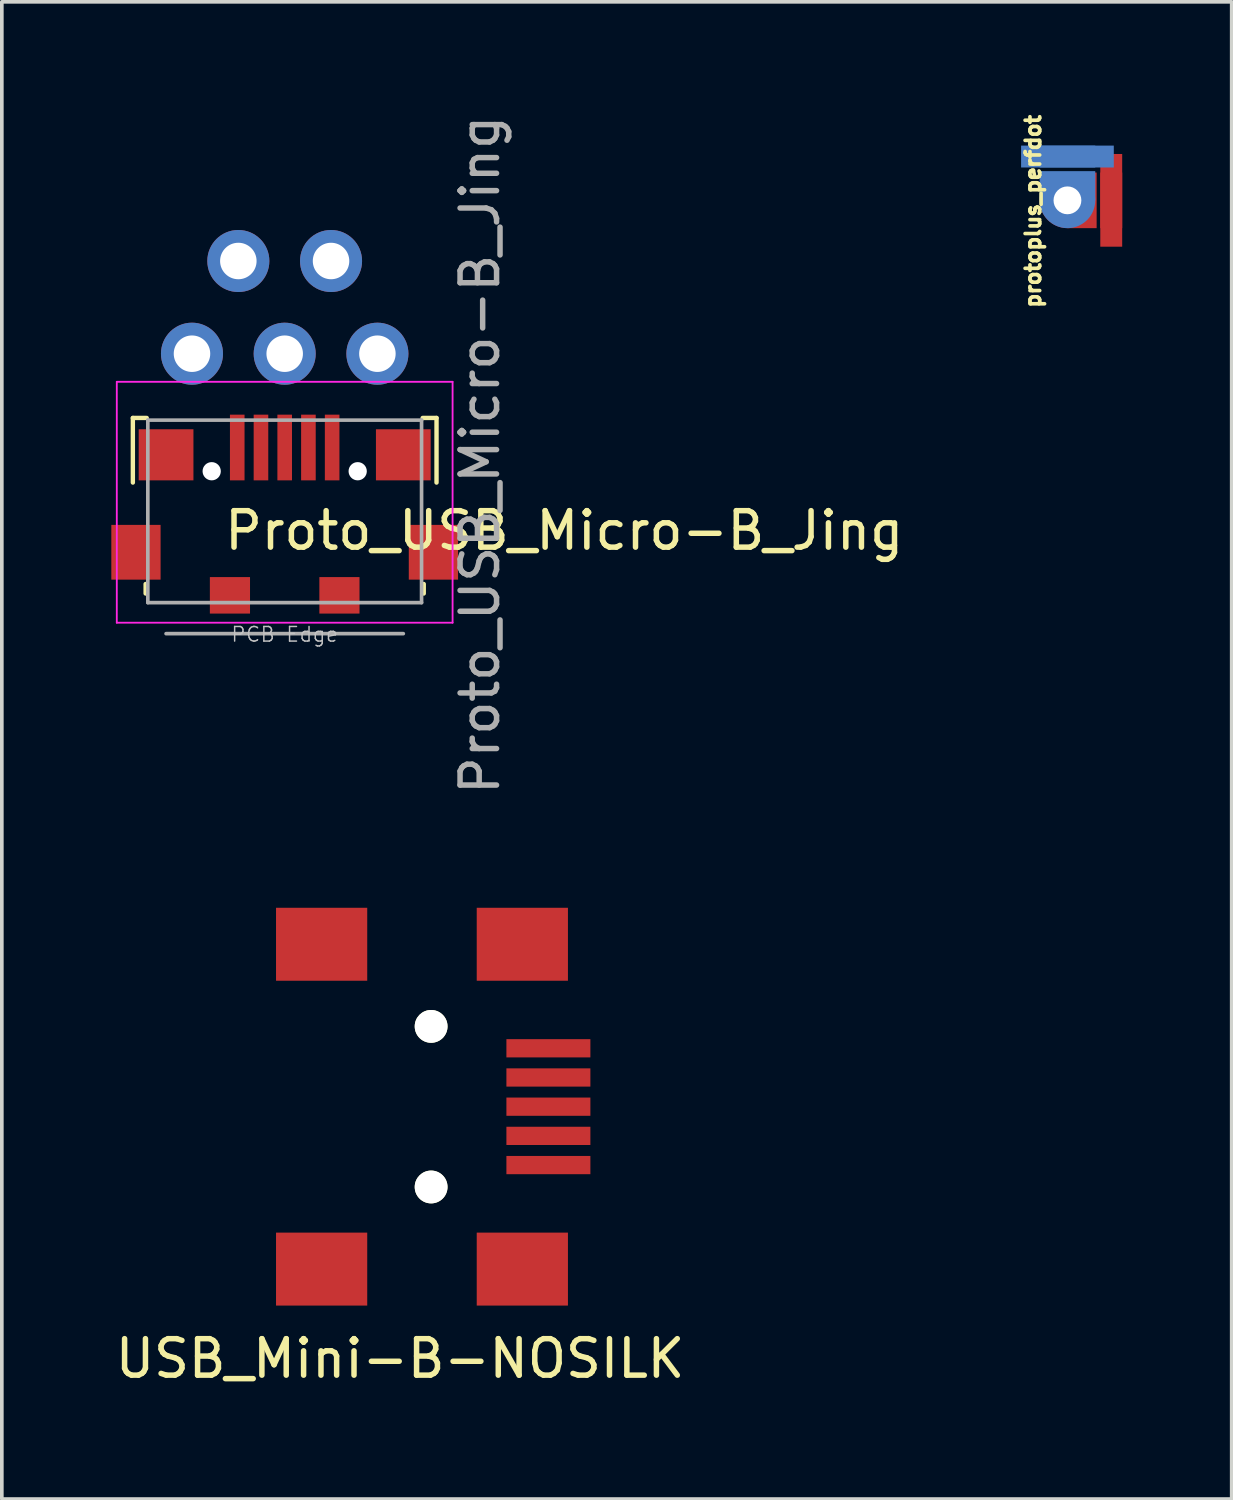
<source format=kicad_pcb>
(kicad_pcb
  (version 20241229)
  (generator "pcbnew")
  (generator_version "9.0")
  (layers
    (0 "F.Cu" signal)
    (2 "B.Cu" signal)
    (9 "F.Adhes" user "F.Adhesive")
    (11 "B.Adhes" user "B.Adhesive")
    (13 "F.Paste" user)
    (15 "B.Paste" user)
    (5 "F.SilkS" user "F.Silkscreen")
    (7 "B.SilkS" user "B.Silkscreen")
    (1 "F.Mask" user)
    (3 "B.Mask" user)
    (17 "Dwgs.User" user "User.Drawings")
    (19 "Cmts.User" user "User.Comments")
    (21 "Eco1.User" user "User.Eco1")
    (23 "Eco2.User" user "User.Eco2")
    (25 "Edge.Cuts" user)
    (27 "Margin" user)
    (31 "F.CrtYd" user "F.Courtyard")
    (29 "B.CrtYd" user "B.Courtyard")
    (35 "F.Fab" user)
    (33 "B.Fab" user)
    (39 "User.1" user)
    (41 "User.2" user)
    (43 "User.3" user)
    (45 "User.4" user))
  (footprint "Proto_USB_Micro-B_Jing"
    (layer "F.Cu")
    (at 4.75 11.311)
    (property "Reference" "Proto_USB_Micro-B_Jing" (at -1.725 0.175 0) (unlocked yes) (layer "F.SilkS") (effects (font (size 1 1) (thickness 0.15)) (justify left)))
    (attr smd)
    (fp_line (start -4.16 -2.91) (end -3.78 -2.91) (stroke (width 0.12) (type solid)) (layer "F.SilkS"))
    (fp_line (start -4.16 -1.14) (end -4.16 -2.91) (stroke (width 0.12) (type solid)) (layer "F.SilkS"))
    (fp_line (start -3.81 1.9) (end -3.81 1.64) (stroke (width 0.12) (type solid)) (layer "F.SilkS"))
    (fp_line (start 3.81 1.64) (end 3.81 1.9) (stroke (width 0.12) (type solid)) (layer "F.SilkS"))
    (fp_line (start 4.16 -2.91) (end 3.78 -2.91) (stroke (width 0.12) (type solid)) (layer "F.SilkS"))
    (fp_line (start 4.16 -2.91) (end 4.16 -1.14) (stroke (width 0.12) (type solid)) (layer "F.SilkS"))
    (fp_line (start -4.6 -3.9) (end 4.6 -3.9) (stroke (width 0.05) (type solid)) (layer "F.CrtYd"))
    (fp_line (start -4.6 2.7) (end -4.6 -3.9) (stroke (width 0.05) (type solid)) (layer "F.CrtYd"))
    (fp_line (start 4.6 -3.9) (end 4.6 2.7) (stroke (width 0.05) (type solid)) (layer "F.CrtYd"))
    (fp_line (start 4.6 2.7) (end -4.6 2.7) (stroke (width 0.05) (type solid)) (layer "F.CrtYd"))
    (fp_line (start -3.75 -2.85) (end 3.75 -2.85) (stroke (width 0.1) (type solid)) (layer "F.Fab"))
    (fp_line (start -3.75 2.15) (end -3.75 -2.85) (stroke (width 0.1) (type solid)) (layer "F.Fab"))
    (fp_line (start -3.25 3) (end 3.25 3) (stroke (width 0.1) (type solid)) (layer "F.Fab"))
    (fp_line (start 3.75 -2.85) (end 3.75 2.15) (stroke (width 0.1) (type solid)) (layer "F.Fab"))
    (fp_line (start 3.75 2.15) (end -3.75 2.15) (stroke (width 0.1) (type solid)) (layer "F.Fab"))
    (fp_text user "PCB Edge" (at 0 3.02 180) (layer "Dwgs.User") (effects (font (size 0.4 0.4) (thickness 0.04))))
    (fp_text user "${REFERENCE}" (at 5.35 -1.9 90) (layer "F.Fab") (effects (font (size 1 1) (thickness 0.15))))
    (pad "" np_thru_hole circle (at -2 -1.45) (size 0.5 0.5) (drill 0.5) (layers "*.Cu" "*.Mask"))
    (pad "" np_thru_hole circle (at 2 -1.45) (size 0.5 0.5) (drill 0.5) (layers "*.Cu" "*.Mask"))
    (pad "1" thru_hole circle (at -2.54 -4.67) (size 1.7 1.7) (drill 1) (layers "*.Cu" "*.Mask"))
    (pad "1" smd rect (at -1.3 -2.1) (size 0.4 1.8) (layers "F.Cu" "F.Mask" "F.Paste"))
    (pad "2" thru_hole circle (at -1.27 -7.21) (size 1.7 1.7) (drill 1) (layers "*.Cu" "*.Mask"))
    (pad "2" smd rect (at -0.65 -2.1) (size 0.4 1.8) (layers "F.Cu" "F.Mask" "F.Paste"))
    (pad "3" thru_hole circle (at 0 -4.67) (size 1.7 1.7) (drill 1) (layers "*.Cu" "*.Mask"))
    (pad "3" smd rect (at 0 -2.1) (size 0.4 1.8) (layers "F.Cu" "F.Mask" "F.Paste"))
    (pad "4" smd rect (at 0.65 -2.1) (size 0.4 1.8) (layers "F.Cu" "F.Mask" "F.Paste"))
    (pad "4" thru_hole circle (at 1.27 -7.21) (size 1.7 1.7) (drill 1) (layers "*.Cu" "*.Mask"))
    (pad "5" smd rect (at 1.3 -2.1) (size 0.4 1.8) (layers "F.Cu" "F.Mask" "F.Paste"))
    (pad "5" thru_hole circle (at 2.54 -4.67) (size 1.7 1.7) (drill 1) (layers "*.Cu" "*.Mask"))
    (pad "6" smd rect (at -4.075 0.77) (size 1.35 1.5) (layers "F.Cu" "F.Mask" "F.Paste"))
    (pad "6" smd rect (at -3.25 -1.9) (size 1.5 1.4) (layers "F.Cu" "F.Mask" "F.Paste"))
    (pad "6" smd rect (at -1.5 1.95) (size 1.1 1) (layers "F.Cu" "F.Mask" "F.Paste"))
    (pad "6" smd rect (at 1.5 1.95) (size 1.1 1) (layers "F.Cu" "F.Mask" "F.Paste"))
    (pad "6" smd rect (at 3.25 -1.9) (size 1.5 1.4) (layers "F.Cu" "F.Mask" "F.Paste"))
    (pad "6" smd rect (at 4.075 0.77) (size 1.35 1.5) (layers "F.Cu" "F.Mask" "F.Paste")))
  (footprint "protoplus_perfdot"
    (layer "F.Cu")
    (at 26.196 2.439)
    (property "Reference" "protoplus_perfdot" (at -0.94 0.3 90) (unlocked yes) (layer "F.SilkS") (effects (font (size 0.4 0.4) (thickness 0.1))))
    (attr through_hole)
    (pad "" smd rect (at 0 -0.4) (size 1.524 0.8) (layers "B.Cu" "B.Mask"))
    (pad "" smd rect (at 0.4 0) (size 0.8 1.524) (layers "F.Cu" "F.Mask"))
    (pad "1" thru_hole circle (at 0 0) (size 1.524 1.524) (drill 0.762) (layers "*.Cu" "*.Mask"))
    (pad "2" smd rect (at 1.2 0) (size 0.6 1.524) (layers "F.Cu" "F.Mask"))
    (pad "2" smd rect (at 1.2 0) (size 0.6 2.54) (layers "F.Cu"))
    (pad "3" smd rect (at 0 -1.2 90) (size 0.6 1.524) (layers "B.Cu" "B.Mask"))
    (pad "3" smd rect (at 0 -1.2 90) (size 0.6 2.54) (layers "B.Cu")))
  (footprint "USB_Mini-B-NOSILK"
    (layer "F.Cu")
    (at 7.911 27.271)
    (property "Reference" "USB_Mini-B-NOSILK" (at 0 6.901 180) (layer "F.SilkS") (effects (font (size 1 1) (thickness 0.15))))
    (attr through_hole)
    (pad "" np_thru_hole circle (at 0.851 -2.2) (size 0.899 0.899) (drill 0.899) (layers "*.Cu" "*.Mask" "F.SilkS"))
    (pad "" np_thru_hole circle (at 0.851 2.2) (size 0.899 0.899) (drill 0.899) (layers "*.Cu" "*.Mask" "F.SilkS"))
    (pad "1" smd rect (at 4.064 -1.6) (size 2.301 0.5) (layers "F.Cu" "F.Mask" "F.Paste"))
    (pad "2" smd rect (at 4.064 -0.8) (size 2.301 0.5) (layers "F.Cu" "F.Mask" "F.Paste"))
    (pad "3" smd rect (at 4.064 0) (size 2.301 0.5) (layers "F.Cu" "F.Mask" "F.Paste"))
    (pad "4" smd rect (at 4.064 0.8) (size 2.301 0.5) (layers "F.Cu" "F.Mask" "F.Paste"))
    (pad "5" smd rect (at 4.064 1.6) (size 2.301 0.5) (layers "F.Cu" "F.Mask" "F.Paste"))
    (pad "6" smd rect (at 3.35 -4.45) (size 2.499 1.999) (layers "F.Cu" "F.Mask" "F.Paste"))
    (pad "7" smd rect (at -2.149 -4.45) (size 2.499 1.999) (layers "F.Cu" "F.Mask" "F.Paste"))
    (pad "8" smd rect (at 3.35 4.45) (size 2.499 1.999) (layers "F.Cu" "F.Mask" "F.Paste"))
    (pad "9" smd rect (at -2.149 4.45) (size 2.499 1.999) (layers "F.Cu" "F.Mask" "F.Paste")))
  (gr_rect
    (start -3 -3)
    (end 30.696 38.02)
    (stroke (width 0.1) (type default))
    (fill no)
    (layer "Edge.Cuts")))
</source>
